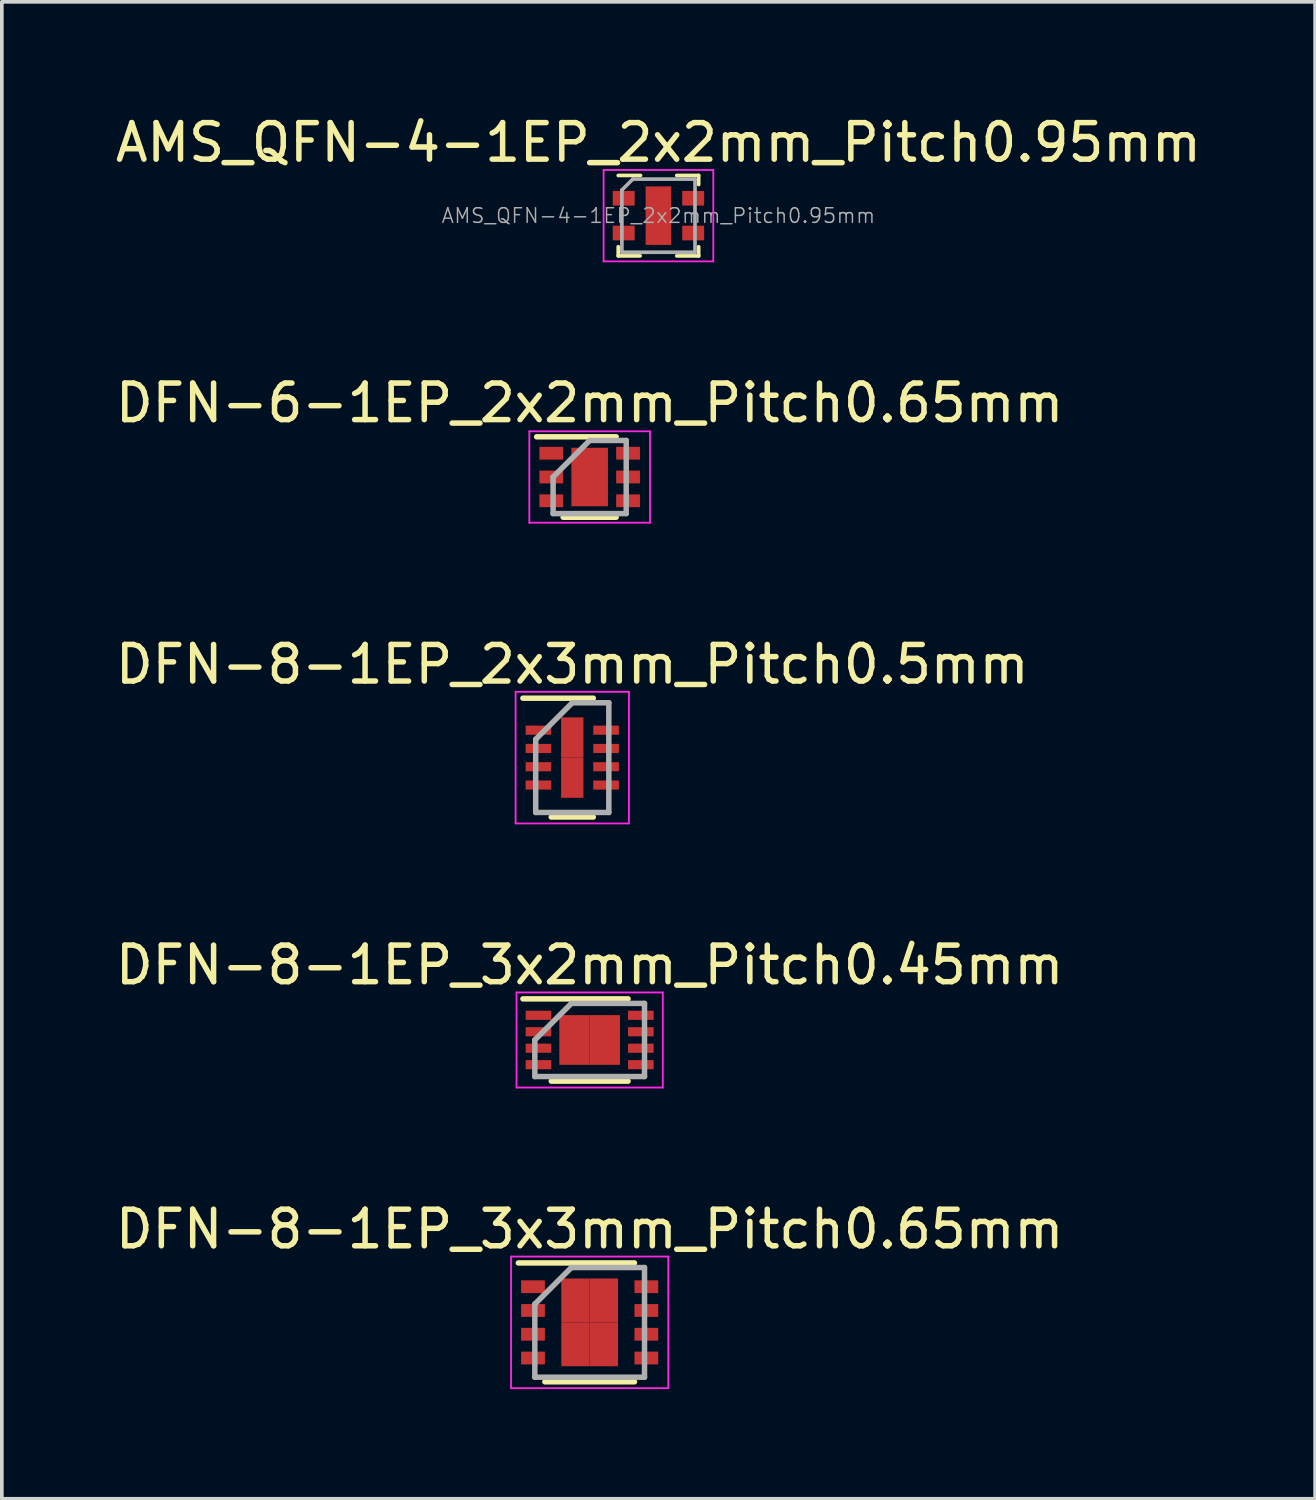
<source format=kicad_pcb>
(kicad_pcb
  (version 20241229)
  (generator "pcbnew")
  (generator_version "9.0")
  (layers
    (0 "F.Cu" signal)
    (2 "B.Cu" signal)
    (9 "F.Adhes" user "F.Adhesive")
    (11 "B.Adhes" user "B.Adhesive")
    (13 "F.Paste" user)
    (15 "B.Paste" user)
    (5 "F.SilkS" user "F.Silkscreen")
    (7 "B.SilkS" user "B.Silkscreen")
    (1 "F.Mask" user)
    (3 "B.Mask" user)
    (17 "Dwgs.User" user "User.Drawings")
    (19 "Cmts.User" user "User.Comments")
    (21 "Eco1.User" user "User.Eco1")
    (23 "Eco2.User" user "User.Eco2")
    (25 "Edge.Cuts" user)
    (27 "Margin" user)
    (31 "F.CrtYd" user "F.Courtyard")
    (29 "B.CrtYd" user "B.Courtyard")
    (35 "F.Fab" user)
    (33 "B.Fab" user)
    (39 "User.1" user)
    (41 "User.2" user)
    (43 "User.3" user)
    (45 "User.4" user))
  (footprint "DFN-8-1EP_3x3mm_Pitch0.65mm"
    (layer "F.Cu")
    (at 13.077 33.116)
    (property "Reference" "DFN-8-1EP_3x3mm_Pitch0.65mm" (at 0 -2.55 0) (layer "F.SilkS") (effects (font (size 1 1) (thickness 0.15))))
    (attr smd)
    (fp_line (start -1.95 -1.625) (end 1.225 -1.625) (stroke (width 0.15) (type solid)) (layer "F.SilkS"))
    (fp_line (start -1.225 1.625) (end 1.225 1.625) (stroke (width 0.15) (type solid)) (layer "F.SilkS"))
    (fp_line (start -2.15 -1.8) (end -2.15 1.8) (stroke (width 0.05) (type solid)) (layer "F.CrtYd"))
    (fp_line (start -2.15 -1.8) (end 2.15 -1.8) (stroke (width 0.05) (type solid)) (layer "F.CrtYd"))
    (fp_line (start -2.15 1.8) (end 2.15 1.8) (stroke (width 0.05) (type solid)) (layer "F.CrtYd"))
    (fp_line (start 2.15 -1.8) (end 2.15 1.8) (stroke (width 0.05) (type solid)) (layer "F.CrtYd"))
    (fp_line (start -1.5 -0.5) (end -0.5 -1.5) (stroke (width 0.15) (type solid)) (layer "F.Fab"))
    (fp_line (start -1.5 1.5) (end -1.5 -0.5) (stroke (width 0.15) (type solid)) (layer "F.Fab"))
    (fp_line (start -0.5 -1.5) (end 1.5 -1.5) (stroke (width 0.15) (type solid)) (layer "F.Fab"))
    (fp_line (start 1.5 -1.5) (end 1.5 1.5) (stroke (width 0.15) (type solid)) (layer "F.Fab"))
    (fp_line (start 1.5 1.5) (end -1.5 1.5) (stroke (width 0.15) (type solid)) (layer "F.Fab"))
    (pad "1" smd rect (at -1.55 -0.975) (size 0.65 0.35) (layers "F.Cu" "F.Mask" "F.Paste"))
    (pad "2" smd rect (at -1.55 -0.325) (size 0.65 0.35) (layers "F.Cu" "F.Mask" "F.Paste"))
    (pad "3" smd rect (at -1.55 0.325) (size 0.65 0.35) (layers "F.Cu" "F.Mask" "F.Paste"))
    (pad "4" smd rect (at -1.55 0.975) (size 0.65 0.35) (layers "F.Cu" "F.Mask" "F.Paste"))
    (pad "5" smd rect (at 1.55 0.975) (size 0.65 0.35) (layers "F.Cu" "F.Mask" "F.Paste"))
    (pad "6" smd rect (at 1.55 0.325) (size 0.65 0.35) (layers "F.Cu" "F.Mask" "F.Paste"))
    (pad "7" smd rect (at 1.55 -0.325) (size 0.65 0.35) (layers "F.Cu" "F.Mask" "F.Paste"))
    (pad "8" smd rect (at 1.55 -0.975) (size 0.65 0.35) (layers "F.Cu" "F.Mask" "F.Paste"))
    (pad "9" smd rect (at -0.388 -0.6) (size 0.775 1.2) (layers "F.Cu" "F.Mask" "F.Paste"))
    (pad "9" smd rect (at -0.388 0.6) (size 0.775 1.2) (layers "F.Cu" "F.Mask" "F.Paste"))
    (pad "9" smd rect (at 0.388 -0.6) (size 0.775 1.2) (layers "F.Cu" "F.Mask" "F.Paste"))
    (pad "9" smd rect (at 0.388 0.6) (size 0.775 1.2) (layers "F.Cu" "F.Mask" "F.Paste")))
  (footprint "DFN-8-1EP_3x2mm_Pitch0.45mm"
    (layer "F.Cu")
    (at 13.077 25.393)
    (property "Reference" "DFN-8-1EP_3x2mm_Pitch0.45mm" (at 0 -2.05 0) (layer "F.SilkS") (effects (font (size 1 1) (thickness 0.15))))
    (attr smd)
    (fp_line (start -1.825 -1.125) (end 1.05 -1.125) (stroke (width 0.15) (type solid)) (layer "F.SilkS"))
    (fp_line (start -1.05 1.125) (end 1.05 1.125) (stroke (width 0.15) (type solid)) (layer "F.SilkS"))
    (fp_line (start -2 -1.3) (end -2 1.3) (stroke (width 0.05) (type solid)) (layer "F.CrtYd"))
    (fp_line (start -2 -1.3) (end 2 -1.3) (stroke (width 0.05) (type solid)) (layer "F.CrtYd"))
    (fp_line (start -2 1.3) (end 2 1.3) (stroke (width 0.05) (type solid)) (layer "F.CrtYd"))
    (fp_line (start 2 -1.3) (end 2 1.3) (stroke (width 0.05) (type solid)) (layer "F.CrtYd"))
    (fp_line (start -1.5 0) (end -0.5 -1) (stroke (width 0.15) (type solid)) (layer "F.Fab"))
    (fp_line (start -1.5 1) (end -1.5 0) (stroke (width 0.15) (type solid)) (layer "F.Fab"))
    (fp_line (start -0.5 -1) (end 1.5 -1) (stroke (width 0.15) (type solid)) (layer "F.Fab"))
    (fp_line (start 1.5 -1) (end 1.5 1) (stroke (width 0.15) (type solid)) (layer "F.Fab"))
    (fp_line (start 1.5 1) (end -1.5 1) (stroke (width 0.15) (type solid)) (layer "F.Fab"))
    (pad "1" smd rect (at -1.4 -0.675) (size 0.7 0.25) (layers "F.Cu" "F.Mask" "F.Paste"))
    (pad "2" smd rect (at -1.4 -0.225) (size 0.7 0.25) (layers "F.Cu" "F.Mask" "F.Paste"))
    (pad "3" smd rect (at -1.4 0.225) (size 0.7 0.25) (layers "F.Cu" "F.Mask" "F.Paste"))
    (pad "4" smd rect (at -1.4 0.675) (size 0.7 0.25) (layers "F.Cu" "F.Mask" "F.Paste"))
    (pad "5" smd rect (at 1.4 0.675) (size 0.7 0.25) (layers "F.Cu" "F.Mask" "F.Paste"))
    (pad "6" smd rect (at 1.4 0.225) (size 0.7 0.25) (layers "F.Cu" "F.Mask" "F.Paste"))
    (pad "7" smd rect (at 1.4 -0.225) (size 0.7 0.25) (layers "F.Cu" "F.Mask" "F.Paste"))
    (pad "8" smd rect (at 1.4 -0.675) (size 0.7 0.25) (layers "F.Cu" "F.Mask" "F.Paste"))
    (pad "9" smd rect (at -0.415 -0.34) (size 0.83 0.68) (layers "F.Cu" "F.Mask" "F.Paste"))
    (pad "9" smd rect (at -0.415 0.34) (size 0.83 0.68) (layers "F.Cu" "F.Mask" "F.Paste"))
    (pad "9" smd rect (at 0.415 -0.34) (size 0.83 0.68) (layers "F.Cu" "F.Mask" "F.Paste"))
    (pad "9" smd rect (at 0.415 0.34) (size 0.83 0.68) (layers "F.Cu" "F.Mask" "F.Paste")))
  (footprint "AMS_QFN-4-1EP_2x2mm_Pitch0.95mm"
    (layer "F.Cu")
    (at 14.958 2.848)
    (property "Reference" "AMS_QFN-4-1EP_2x2mm_Pitch0.95mm" (at 0 -2 0) (layer "F.SilkS") (effects (font (size 1 1) (thickness 0.15))))
    (attr smd)
    (fp_line (start -1.1 1.1) (end -1.1 0.85) (stroke (width 0.1) (type solid)) (layer "F.SilkS"))
    (fp_line (start -1.1 1.1) (end -0.5 1.1) (stroke (width 0.1) (type solid)) (layer "F.SilkS"))
    (fp_line (start -0.49 -1.1) (end -1.1 -1.1) (stroke (width 0.1) (type solid)) (layer "F.SilkS"))
    (fp_line (start 1.1 -1.1) (end 0.5 -1.1) (stroke (width 0.1) (type solid)) (layer "F.SilkS"))
    (fp_line (start 1.1 -1.1) (end 1.1 -0.85) (stroke (width 0.1) (type solid)) (layer "F.SilkS"))
    (fp_line (start 1.1 1.1) (end 0.5 1.1) (stroke (width 0.1) (type solid)) (layer "F.SilkS"))
    (fp_line (start 1.1 1.1) (end 1.1 0.85) (stroke (width 0.1) (type solid)) (layer "F.SilkS"))
    (fp_line (start -1.5 -1.25) (end 1.5 -1.25) (stroke (width 0.05) (type solid)) (layer "F.CrtYd"))
    (fp_line (start -1.5 1.25) (end -1.5 -1.25) (stroke (width 0.05) (type solid)) (layer "F.CrtYd"))
    (fp_line (start 1.5 -1.25) (end 1.5 1.25) (stroke (width 0.05) (type solid)) (layer "F.CrtYd"))
    (fp_line (start 1.5 1.25) (end -1.5 1.25) (stroke (width 0.05) (type solid)) (layer "F.CrtYd"))
    (fp_line (start -1 -0.7) (end -0.7 -1) (stroke (width 0.1) (type solid)) (layer "F.Fab"))
    (fp_line (start -1 1) (end -1 -0.7) (stroke (width 0.1) (type solid)) (layer "F.Fab"))
    (fp_line (start -0.7 -1) (end 1 -1) (stroke (width 0.1) (type solid)) (layer "F.Fab"))
    (fp_line (start 1 -1) (end 1 1) (stroke (width 0.1) (type solid)) (layer "F.Fab"))
    (fp_line (start 1 1) (end -1 1) (stroke (width 0.1) (type solid)) (layer "F.Fab"))
    (fp_text user "${REFERENCE}" (at 0 0 0) (layer "F.Fab") (effects (font (size 0.4 0.4) (thickness 0.04))))
    (pad "" smd rect (at 0 0) (size 0.35 0.8) (layers "F.Paste"))
    (pad "1" smd rect (at -0.95 -0.475) (size 0.6 0.4) (layers "F.Cu" "F.Mask" "F.Paste"))
    (pad "2" smd rect (at -0.95 0.475) (size 0.6 0.4) (layers "F.Cu" "F.Mask" "F.Paste"))
    (pad "3" smd rect (at 0.95 0.475) (size 0.6 0.4) (layers "F.Cu" "F.Mask" "F.Paste"))
    (pad "4" smd rect (at 0.95 -0.475) (size 0.6 0.4) (layers "F.Cu" "F.Mask" "F.Paste"))
    (pad "5" smd rect (at 0 0) (size 0.7 1.6) (layers "F.Cu" "F.Mask")))
  (footprint "DFN-8-1EP_2x3mm_Pitch0.5mm"
    (layer "F.Cu")
    (at 12.601 17.67)
    (property "Reference" "DFN-8-1EP_2x3mm_Pitch0.5mm" (at 0 -2.55 0) (layer "F.SilkS") (effects (font (size 1 1) (thickness 0.15))))
    (attr smd)
    (fp_line (start -1.35 -1.625) (end 0.575 -1.625) (stroke (width 0.15) (type solid)) (layer "F.SilkS"))
    (fp_line (start -0.575 1.625) (end 0.575 1.625) (stroke (width 0.15) (type solid)) (layer "F.SilkS"))
    (fp_line (start -1.55 -1.8) (end -1.55 1.8) (stroke (width 0.05) (type solid)) (layer "F.CrtYd"))
    (fp_line (start -1.55 -1.8) (end 1.55 -1.8) (stroke (width 0.05) (type solid)) (layer "F.CrtYd"))
    (fp_line (start -1.55 1.8) (end 1.55 1.8) (stroke (width 0.05) (type solid)) (layer "F.CrtYd"))
    (fp_line (start 1.55 -1.8) (end 1.55 1.8) (stroke (width 0.05) (type solid)) (layer "F.CrtYd"))
    (fp_line (start -1 -0.5) (end 0 -1.5) (stroke (width 0.15) (type solid)) (layer "F.Fab"))
    (fp_line (start -1 1.5) (end -1 -0.5) (stroke (width 0.15) (type solid)) (layer "F.Fab"))
    (fp_line (start 0 -1.5) (end 1 -1.5) (stroke (width 0.15) (type solid)) (layer "F.Fab"))
    (fp_line (start 1 -1.5) (end 1 1.5) (stroke (width 0.15) (type solid)) (layer "F.Fab"))
    (fp_line (start 1 1.5) (end -1 1.5) (stroke (width 0.15) (type solid)) (layer "F.Fab"))
    (pad "1" smd rect (at -0.925 -0.75) (size 0.7 0.25) (layers "F.Cu" "F.Mask" "F.Paste"))
    (pad "2" smd rect (at -0.925 -0.25) (size 0.7 0.25) (layers "F.Cu" "F.Mask" "F.Paste"))
    (pad "3" smd rect (at -0.925 0.25) (size 0.7 0.25) (layers "F.Cu" "F.Mask" "F.Paste"))
    (pad "4" smd rect (at -0.925 0.75) (size 0.7 0.25) (layers "F.Cu" "F.Mask" "F.Paste"))
    (pad "5" smd rect (at 0.925 0.75) (size 0.7 0.25) (layers "F.Cu" "F.Mask" "F.Paste"))
    (pad "6" smd rect (at 0.925 0.25) (size 0.7 0.25) (layers "F.Cu" "F.Mask" "F.Paste"))
    (pad "7" smd rect (at 0.925 -0.25) (size 0.7 0.25) (layers "F.Cu" "F.Mask" "F.Paste"))
    (pad "8" smd rect (at 0.925 -0.75) (size 0.7 0.25) (layers "F.Cu" "F.Mask" "F.Paste"))
    (pad "9" smd rect (at 0 -0.55) (size 0.61 1.1) (layers "F.Cu" "F.Mask" "F.Paste"))
    (pad "9" smd rect (at 0 0.55) (size 0.61 1.1) (layers "F.Cu" "F.Mask" "F.Paste")))
  (footprint "DFN-6-1EP_2x2mm_Pitch0.65mm"
    (layer "F.Cu")
    (at 13.077 9.996)
    (property "Reference" "DFN-6-1EP_2x2mm_Pitch0.65mm" (at 0 -2.025 0) (layer "F.SilkS") (effects (font (size 1 1) (thickness 0.15))))
    (attr smd)
    (fp_line (start -1.45 -1.1) (end 0.725 -1.1) (stroke (width 0.15) (type solid)) (layer "F.SilkS"))
    (fp_line (start -0.725 1.1) (end 0.725 1.1) (stroke (width 0.15) (type solid)) (layer "F.SilkS"))
    (fp_line (start -1.65 -1.25) (end -1.65 1.25) (stroke (width 0.05) (type solid)) (layer "F.CrtYd"))
    (fp_line (start -1.65 -1.25) (end 1.65 -1.25) (stroke (width 0.05) (type solid)) (layer "F.CrtYd"))
    (fp_line (start -1.65 1.25) (end 1.65 1.25) (stroke (width 0.05) (type solid)) (layer "F.CrtYd"))
    (fp_line (start 1.65 -1.25) (end 1.65 1.25) (stroke (width 0.05) (type solid)) (layer "F.CrtYd"))
    (fp_line (start -1 0) (end 0 -1) (stroke (width 0.15) (type solid)) (layer "F.Fab"))
    (fp_line (start -1 1) (end -1 0) (stroke (width 0.15) (type solid)) (layer "F.Fab"))
    (fp_line (start 0 -1) (end 1 -1) (stroke (width 0.15) (type solid)) (layer "F.Fab"))
    (fp_line (start 1 -1) (end 1 1) (stroke (width 0.15) (type solid)) (layer "F.Fab"))
    (fp_line (start 1 1) (end -1 1) (stroke (width 0.15) (type solid)) (layer "F.Fab"))
    (pad "1" smd rect (at -1.05 -0.65) (size 0.65 0.35) (layers "F.Cu" "F.Mask" "F.Paste"))
    (pad "2" smd rect (at -1.05 0) (size 0.65 0.35) (layers "F.Cu" "F.Mask" "F.Paste"))
    (pad "3" smd rect (at -1.05 0.65) (size 0.65 0.35) (layers "F.Cu" "F.Mask" "F.Paste"))
    (pad "4" smd rect (at 1.05 0.65) (size 0.65 0.35) (layers "F.Cu" "F.Mask" "F.Paste"))
    (pad "5" smd rect (at 1.05 0) (size 0.65 0.35) (layers "F.Cu" "F.Mask" "F.Paste"))
    (pad "6" smd rect (at 1.05 -0.65) (size 0.65 0.35) (layers "F.Cu" "F.Mask" "F.Paste"))
    (pad "7" smd rect (at 0 -0.4) (size 1 0.8) (layers "F.Cu" "F.Mask" "F.Paste"))
    (pad "7" smd rect (at 0 0.4) (size 1 0.8) (layers "F.Cu" "F.Mask" "F.Paste")))
  (gr_rect
    (start -3 -3)
    (end 32.917 37.941)
    (stroke (width 0.1) (type default))
    (fill no)
    (layer "Edge.Cuts")))
</source>
